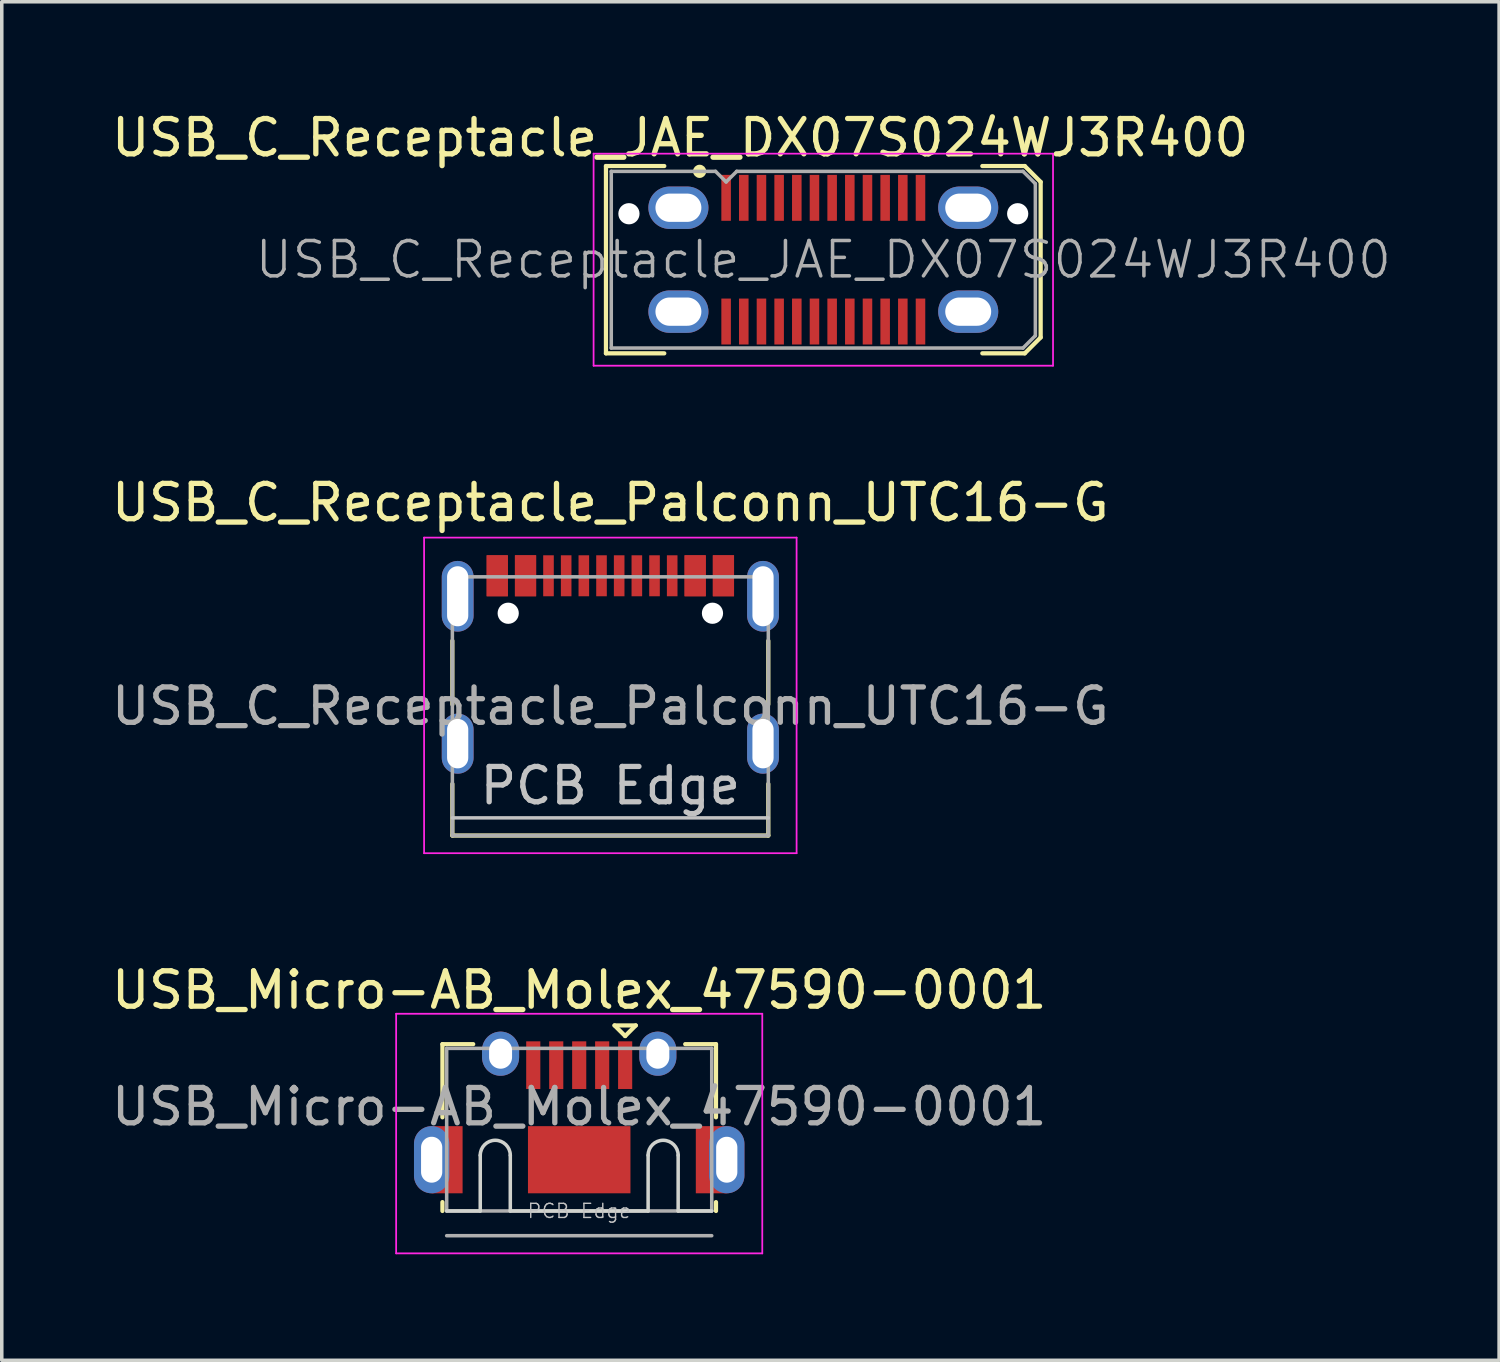
<source format=kicad_pcb>
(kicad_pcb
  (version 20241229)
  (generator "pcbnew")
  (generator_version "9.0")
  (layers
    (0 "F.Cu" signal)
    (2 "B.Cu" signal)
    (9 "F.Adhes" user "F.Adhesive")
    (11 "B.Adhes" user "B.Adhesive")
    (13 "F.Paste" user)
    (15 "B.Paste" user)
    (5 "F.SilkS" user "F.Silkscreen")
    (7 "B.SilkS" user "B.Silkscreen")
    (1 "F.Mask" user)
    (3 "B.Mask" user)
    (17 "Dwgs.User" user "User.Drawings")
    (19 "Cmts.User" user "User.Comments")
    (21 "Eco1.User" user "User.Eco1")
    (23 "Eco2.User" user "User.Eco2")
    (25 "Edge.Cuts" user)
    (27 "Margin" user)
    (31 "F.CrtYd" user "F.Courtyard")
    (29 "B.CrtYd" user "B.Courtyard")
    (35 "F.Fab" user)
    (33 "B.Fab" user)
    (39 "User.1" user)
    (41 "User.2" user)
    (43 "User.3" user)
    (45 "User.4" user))
  (footprint "USB_Micro-AB_Molex_47590-0001"
    (layer "F.Cu")
    (at 13.339 29.765)
    (property "Reference" "USB_Micro-AB_Molex_47590-0001" (at 0 -4.8 180) (layer "F.SilkS") (effects (font (size 1 1) (thickness 0.15))))
    (attr smd)
    (fp_line (start -3.87 -3.27) (end -3.87 -1.2) (stroke (width 0.12) (type solid)) (layer "F.SilkS"))
    (fp_line (start -3.87 -3.27) (end -3 -3.27) (stroke (width 0.12) (type solid)) (layer "F.SilkS"))
    (fp_line (start -3.87 1.2) (end -3.87 1.45) (stroke (width 0.12) (type solid)) (layer "F.SilkS"))
    (fp_line (start 1 -3.8) (end 1.6 -3.8) (stroke (width 0.12) (type solid)) (layer "F.SilkS"))
    (fp_line (start 1.3 -3.5) (end 1 -3.8) (stroke (width 0.12) (type solid)) (layer "F.SilkS"))
    (fp_line (start 1.3 -3.5) (end 1.6 -3.8) (stroke (width 0.12) (type solid)) (layer "F.SilkS"))
    (fp_line (start 3 -3.27) (end 3.87 -3.27) (stroke (width 0.12) (type solid)) (layer "F.SilkS"))
    (fp_line (start 3.87 -3.27) (end 3.87 -1.2) (stroke (width 0.12) (type solid)) (layer "F.SilkS"))
    (fp_line (start 3.87 1.2) (end 3.87 1.45) (stroke (width 0.12) (type solid)) (layer "F.SilkS"))
    (fp_line (start -3.75 1.45) (end -2.8 1.45) (stroke (width 0.1) (type solid)) (layer "Edge.Cuts"))
    (fp_line (start -2.8 -0.125) (end -2.8 1.45) (stroke (width 0.1) (type solid)) (layer "Edge.Cuts"))
    (fp_line (start -1.95 -0.125) (end -1.95 1.45) (stroke (width 0.1) (type solid)) (layer "Edge.Cuts"))
    (fp_line (start -1.95 1.45) (end 1.95 1.45) (stroke (width 0.1) (type solid)) (layer "Edge.Cuts"))
    (fp_line (start 1.95 -0.125) (end 1.95 1.45) (stroke (width 0.1) (type solid)) (layer "Edge.Cuts"))
    (fp_line (start 2.8 -0.125) (end 2.8 1.45) (stroke (width 0.1) (type solid)) (layer "Edge.Cuts"))
    (fp_line (start 2.8 1.45) (end 3.75 1.45) (stroke (width 0.1) (type solid)) (layer "Edge.Cuts"))
    (fp_arc (start -2.8 -0.125) (mid -2.375 -0.55) (end -1.95 -0.125) (stroke (width 0.1) (type solid)) (layer "Edge.Cuts"))
    (fp_arc (start 1.95 -0.125) (mid 2.375 -0.55) (end 2.8 -0.125) (stroke (width 0.1) (type solid)) (layer "Edge.Cuts"))
    (fp_line (start -5.18 -4.13) (end -5.18 2.65) (stroke (width 0.05) (type solid)) (layer "F.CrtYd"))
    (fp_line (start -5.18 -4.13) (end 5.18 -4.13) (stroke (width 0.05) (type solid)) (layer "F.CrtYd"))
    (fp_line (start -5.18 2.65) (end 5.18 2.65) (stroke (width 0.05) (type solid)) (layer "F.CrtYd"))
    (fp_line (start 5.18 -4.13) (end 5.18 2.65) (stroke (width 0.05) (type solid)) (layer "F.CrtYd"))
    (fp_line (start -3.75 -3.15) (end -3.75 1.45) (stroke (width 0.1) (type solid)) (layer "F.Fab"))
    (fp_line (start -3.75 -3.15) (end 3.75 -3.15) (stroke (width 0.1) (type solid)) (layer "F.Fab"))
    (fp_line (start -3.75 1.45) (end 3.75 1.45) (stroke (width 0.1) (type solid)) (layer "F.Fab"))
    (fp_line (start -3.75 2.15) (end 3.75 2.15) (stroke (width 0.1) (type solid)) (layer "F.Fab"))
    (fp_line (start 3.75 -3.15) (end 3.75 1.45) (stroke (width 0.1) (type solid)) (layer "F.Fab"))
    (fp_text user "PCB Edge" (at 0 1.45 0) (layer "Dwgs.User") (effects (font (size 0.4 0.4) (thickness 0.04))))
    (fp_text user "${REFERENCE}" (at 0 -1.5 0) (layer "F.Fab") (effects (font (size 1 1) (thickness 0.15))))
    (pad "" smd rect (at -3.5 0) (size 0.3 0.85) (layers "F.Paste"))
    (pad "" smd rect (at 3.5 0) (size 0.3 0.85) (layers "F.Paste"))
    (pad "1" smd rect (at 1.3 -2.675) (size 0.4 1.35) (layers "F.Cu" "F.Mask" "F.Paste"))
    (pad "2" smd rect (at 0.65 -2.675) (size 0.4 1.35) (layers "F.Cu" "F.Mask" "F.Paste"))
    (pad "3" smd rect (at 0 -2.675) (size 0.4 1.35) (layers "F.Cu" "F.Mask" "F.Paste"))
    (pad "4" smd rect (at -0.65 -2.675) (size 0.4 1.35) (layers "F.Cu" "F.Mask" "F.Paste"))
    (pad "5" smd rect (at -1.3 -2.675) (size 0.4 1.35) (layers "F.Cu" "F.Mask" "F.Paste"))
    (pad "6" thru_hole oval (at -4.175 0) (size 1 1.9) (drill oval 0.6 1.3) (layers "*.Cu" "*.Mask"))
    (pad "6" smd rect (at -3.737 0) (size 0.875 1.9) (layers "F.Cu" "F.Mask"))
    (pad "6" thru_hole oval (at -2.225 -3) (size 1.05 1.25) (drill oval 0.65 0.85) (layers "*.Cu" "*.Mask"))
    (pad "6" smd rect (at 0 0) (size 2.9 1.9) (layers "F.Cu" "F.Mask" "F.Paste"))
    (pad "6" thru_hole oval (at 2.225 -3) (size 1.05 1.25) (drill oval 0.65 0.85) (layers "*.Cu" "*.Mask"))
    (pad "6" smd rect (at 3.737 0) (size 0.875 1.9) (layers "F.Cu" "F.Mask"))
    (pad "6" thru_hole oval (at 4.175 0) (size 1 1.9) (drill oval 0.6 1.3) (layers "*.Cu" "*.Mask")))
  (footprint "USB_C_Receptacle_Palconn_UTC16-G"
    (layer "F.Cu")
    (at 14.22 15.752)
    (property "Reference" "USB_C_Receptacle_Palconn_UTC16-G" (at 0 -4.58 0) (layer "F.SilkS") (effects (font (size 1 1) (thickness 0.15))))
    (attr smd)
    (fp_line (start -4.47 -0.67) (end -4.47 1.13) (stroke (width 0.12) (type solid)) (layer "F.SilkS"))
    (fp_line (start -4.47 4.84) (end -4.47 3.38) (stroke (width 0.12) (type solid)) (layer "F.SilkS"))
    (fp_line (start 4.47 -0.67) (end 4.47 1.13) (stroke (width 0.12) (type solid)) (layer "F.SilkS"))
    (fp_line (start 4.47 4.84) (end -4.47 4.84) (stroke (width 0.12) (type solid)) (layer "F.SilkS"))
    (fp_line (start 4.47 4.84) (end 4.47 3.38) (stroke (width 0.12) (type solid)) (layer "F.SilkS"))
    (fp_line (start -4.47 4.34) (end 4.47 4.34) (stroke (width 0.1) (type solid)) (layer "Dwgs.User"))
    (fp_line (start -5.27 -3.59) (end -5.27 5.34) (stroke (width 0.05) (type solid)) (layer "F.CrtYd"))
    (fp_line (start -5.27 5.34) (end 5.27 5.34) (stroke (width 0.05) (type solid)) (layer "F.CrtYd"))
    (fp_line (start 5.27 -3.59) (end -5.27 -3.59) (stroke (width 0.05) (type solid)) (layer "F.CrtYd"))
    (fp_line (start 5.27 5.34) (end 5.27 -3.59) (stroke (width 0.05) (type solid)) (layer "F.CrtYd"))
    (fp_line (start -4.47 -2.48) (end -4.47 4.84) (stroke (width 0.1) (type solid)) (layer "F.Fab"))
    (fp_line (start -4.47 -2.48) (end 4.47 -2.48) (stroke (width 0.1) (type solid)) (layer "F.Fab"))
    (fp_line (start 4.47 -2.48) (end 4.47 4.84) (stroke (width 0.1) (type solid)) (layer "F.Fab"))
    (fp_line (start 4.47 4.84) (end -4.47 4.84) (stroke (width 0.1) (type solid)) (layer "F.Fab"))
    (fp_text user "PCB Edge" (at 0 3.43 0) (layer "Dwgs.User") (effects (font (size 1 1) (thickness 0.15))))
    (fp_text user "${REFERENCE}" (at 0 1.18 0) (layer "F.Fab") (effects (font (size 1 1) (thickness 0.15))))
    (pad "" np_thru_hole circle (at -2.89 -1.45 180) (size 0.6 0.6) (drill 0.6) (layers "*.Cu" "*.Mask"))
    (pad "" np_thru_hole circle (at 2.89 -1.45 180) (size 0.6 0.6) (drill 0.6) (layers "*.Cu" "*.Mask"))
    (pad "A1" smd rect (at -3.2 -2.51) (size 0.6 1.16) (layers "F.Cu" "F.Mask" "F.Paste"))
    (pad "A4" smd rect (at -2.4 -2.51) (size 0.6 1.16) (layers "F.Cu" "F.Mask" "F.Paste"))
    (pad "A5" smd rect (at -1.25 -2.51 180) (size 0.3 1.16) (layers "F.Cu" "F.Mask" "F.Paste"))
    (pad "A6" smd rect (at -0.25 -2.51 180) (size 0.3 1.16) (layers "F.Cu" "F.Mask" "F.Paste"))
    (pad "A7" smd rect (at 0.25 -2.51 180) (size 0.3 1.16) (layers "F.Cu" "F.Mask" "F.Paste"))
    (pad "A8" smd rect (at 1.25 -2.51 180) (size 0.3 1.16) (layers "F.Cu" "F.Mask" "F.Paste"))
    (pad "A9" smd rect (at 2.4 -2.51) (size 0.6 1.16) (layers "F.Cu" "F.Mask" "F.Paste"))
    (pad "A12" smd rect (at 3.2 -2.51) (size 0.6 1.16) (layers "F.Cu" "F.Mask" "F.Paste"))
    (pad "B1" smd rect (at 3.2 -2.51) (size 0.6 1.16) (layers "F.Cu" "F.Mask" "F.Paste"))
    (pad "B4" smd rect (at 2.4 -2.51) (size 0.6 1.16) (layers "F.Cu" "F.Mask" "F.Paste"))
    (pad "B5" smd rect (at 1.75 -2.51 180) (size 0.3 1.16) (layers "F.Cu" "F.Mask" "F.Paste"))
    (pad "B6" smd rect (at 0.75 -2.51 180) (size 0.3 1.16) (layers "F.Cu" "F.Mask" "F.Paste"))
    (pad "B7" smd rect (at -0.75 -2.51 180) (size 0.3 1.16) (layers "F.Cu" "F.Mask" "F.Paste"))
    (pad "B8" smd rect (at -1.75 -2.51 180) (size 0.3 1.16) (layers "F.Cu" "F.Mask" "F.Paste"))
    (pad "B9" smd rect (at -2.4 -2.51) (size 0.6 1.16) (layers "F.Cu" "F.Mask" "F.Paste"))
    (pad "B12" smd rect (at -3.2 -2.51) (size 0.6 1.16) (layers "F.Cu" "F.Mask" "F.Paste"))
    (pad "S1" thru_hole oval (at -4.32 -1.93 90) (size 2 0.9) (drill oval 1.7 0.6) (layers "*.Cu" "*.Mask"))
    (pad "S1" thru_hole oval (at -4.32 2.24 90) (size 1.7 0.9) (drill oval 1.4 0.6) (layers "*.Cu" "*.Mask"))
    (pad "S1" thru_hole oval (at 4.32 -1.93 90) (size 2 0.9) (drill oval 1.7 0.6) (layers "*.Cu" "*.Mask"))
    (pad "S1" thru_hole oval (at 4.32 2.24 90) (size 1.7 0.9) (drill oval 1.4 0.6) (layers "*.Cu" "*.Mask")))
  (footprint "USB_C_Receptacle_JAE_DX07S024WJ3R400"
    (layer "F.Cu")
    (at 20.246 4.298)
    (property "Reference" "USB_C_Receptacle_JAE_DX07S024WJ3R400" (at -4.05 -3.45 0) (layer "F.SilkS") (effects (font (size 1 1) (thickness 0.15))))
    (attr smd)
    (fp_line (start -6.15 -2.65) (end -6.15 2.65) (stroke (width 0.12) (type solid)) (layer "F.SilkS"))
    (fp_line (start -6.15 -2.65) (end -4.5 -2.65) (stroke (width 0.12) (type solid)) (layer "F.SilkS"))
    (fp_line (start -6.15 2.65) (end -4.5 2.65) (stroke (width 0.12) (type solid)) (layer "F.SilkS"))
    (fp_line (start 4.5 -2.65) (end 5.7 -2.65) (stroke (width 0.12) (type solid)) (layer "F.SilkS"))
    (fp_line (start 4.5 2.65) (end 5.7 2.65) (stroke (width 0.12) (type solid)) (layer "F.SilkS"))
    (fp_line (start 5.7 -2.65) (end 6.15 -2.2) (stroke (width 0.12) (type solid)) (layer "F.SilkS"))
    (fp_line (start 5.7 2.65) (end 6.15 2.2) (stroke (width 0.12) (type solid)) (layer "F.SilkS"))
    (fp_line (start 6.15 -2.2) (end 6.15 2.2) (stroke (width 0.12) (type solid)) (layer "F.SilkS"))
    (fp_circle (center -3.5 -2.5) (end -3.388 -2.5) (stroke (width 0.15) (type solid)) (fill no) (layer "F.SilkS"))
    (fp_line (start -6.5 -3) (end 6.5 -3) (stroke (width 0.05) (type solid)) (layer "F.CrtYd"))
    (fp_line (start -6.5 3) (end -6.5 -3) (stroke (width 0.05) (type solid)) (layer "F.CrtYd"))
    (fp_line (start 6.5 -3) (end 6.5 3) (stroke (width 0.05) (type solid)) (layer "F.CrtYd"))
    (fp_line (start 6.5 3) (end -6.5 3) (stroke (width 0.05) (type solid)) (layer "F.CrtYd"))
    (fp_line (start -6 -2.5) (end -3.05 -2.5) (stroke (width 0.1) (type solid)) (layer "F.Fab"))
    (fp_line (start -6 2.5) (end -6 -2.5) (stroke (width 0.1) (type solid)) (layer "F.Fab"))
    (fp_line (start -6 2.5) (end 5.65 2.5) (stroke (width 0.1) (type solid)) (layer "F.Fab"))
    (fp_line (start -3.05 -2.5) (end -2.75 -2.2) (stroke (width 0.1) (type solid)) (layer "F.Fab"))
    (fp_line (start -2.75 -2.2) (end -2.45 -2.5) (stroke (width 0.1) (type solid)) (layer "F.Fab"))
    (fp_line (start 5.65 -2.5) (end -2.45 -2.5) (stroke (width 0.1) (type solid)) (layer "F.Fab"))
    (fp_line (start 5.65 -2.5) (end 6 -2.15) (stroke (width 0.1) (type solid)) (layer "F.Fab"))
    (fp_line (start 5.65 2.5) (end 6 2.15) (stroke (width 0.1) (type solid)) (layer "F.Fab"))
    (fp_line (start 6 2.15) (end 6 -2.15) (stroke (width 0.1) (type solid)) (layer "F.Fab"))
    (fp_text user "${REFERENCE}" (at 0 0 0) (layer "F.Fab") (effects (font (size 1 1) (thickness 0.1))))
    (pad "" np_thru_hole circle (at -5.5 -1.3) (size 0.6 0.6) (drill 0.6) (layers "*.Cu" "*.Mask"))
    (pad "" np_thru_hole circle (at 5.5 -1.3) (size 0.6 0.6) (drill 0.6) (layers "*.Cu" "*.Mask"))
    (pad "A1" smd rect (at -2.75 -1.75) (size 0.27 1.3) (layers "F.Cu" "F.Mask" "F.Paste"))
    (pad "A2" smd rect (at -2.25 -1.75) (size 0.27 1.3) (layers "F.Cu" "F.Mask" "F.Paste"))
    (pad "A3" smd rect (at -1.75 -1.75) (size 0.27 1.3) (layers "F.Cu" "F.Mask" "F.Paste"))
    (pad "A4" smd rect (at -1.25 -1.75) (size 0.27 1.3) (layers "F.Cu" "F.Mask" "F.Paste"))
    (pad "A5" smd rect (at -0.75 -1.75) (size 0.27 1.3) (layers "F.Cu" "F.Mask" "F.Paste"))
    (pad "A6" smd rect (at -0.25 -1.75) (size 0.27 1.3) (layers "F.Cu" "F.Mask" "F.Paste"))
    (pad "A7" smd rect (at 0.25 -1.75) (size 0.27 1.3) (layers "F.Cu" "F.Mask" "F.Paste"))
    (pad "A8" smd rect (at 0.75 -1.75) (size 0.27 1.3) (layers "F.Cu" "F.Mask" "F.Paste"))
    (pad "A9" smd rect (at 1.25 -1.75) (size 0.27 1.3) (layers "F.Cu" "F.Mask" "F.Paste"))
    (pad "A10" smd rect (at 1.75 -1.75) (size 0.27 1.3) (layers "F.Cu" "F.Mask" "F.Paste"))
    (pad "A11" smd rect (at 2.25 -1.75) (size 0.27 1.3) (layers "F.Cu" "F.Mask" "F.Paste"))
    (pad "A12" smd rect (at 2.75 -1.75) (size 0.27 1.3) (layers "F.Cu" "F.Mask" "F.Paste"))
    (pad "B1" smd rect (at 2.75 1.75) (size 0.27 1.3) (layers "F.Cu" "F.Mask" "F.Paste"))
    (pad "B2" smd rect (at 2.25 1.75) (size 0.27 1.3) (layers "F.Cu" "F.Mask" "F.Paste"))
    (pad "B3" smd rect (at 1.75 1.75) (size 0.27 1.3) (layers "F.Cu" "F.Mask" "F.Paste"))
    (pad "B4" smd rect (at 1.25 1.75) (size 0.27 1.3) (layers "F.Cu" "F.Mask" "F.Paste"))
    (pad "B5" smd rect (at 0.75 1.75) (size 0.27 1.3) (layers "F.Cu" "F.Mask" "F.Paste"))
    (pad "B6" smd rect (at 0.25 1.75) (size 0.27 1.3) (layers "F.Cu" "F.Mask" "F.Paste"))
    (pad "B7" smd rect (at -0.25 1.75) (size 0.27 1.3) (layers "F.Cu" "F.Mask" "F.Paste"))
    (pad "B8" smd rect (at -0.75 1.75) (size 0.27 1.3) (layers "F.Cu" "F.Mask" "F.Paste"))
    (pad "B9" smd rect (at -1.25 1.75) (size 0.27 1.3) (layers "F.Cu" "F.Mask" "F.Paste"))
    (pad "B10" smd rect (at -1.75 1.75) (size 0.27 1.3) (layers "F.Cu" "F.Mask" "F.Paste"))
    (pad "B11" smd rect (at -2.25 1.75) (size 0.27 1.3) (layers "F.Cu" "F.Mask" "F.Paste"))
    (pad "B12" smd rect (at -2.75 1.75) (size 0.27 1.3) (layers "F.Cu" "F.Mask" "F.Paste"))
    (pad "S1" thru_hole oval (at -4.1 -1.47 90) (size 1.2 1.7) (drill oval 0.8 1.3) (layers "*.Cu" "*.Mask"))
    (pad "S1" thru_hole oval (at -4.1 1.47 90) (size 1.2 1.7) (drill oval 0.8 1.3) (layers "*.Cu" "*.Mask"))
    (pad "S1" thru_hole oval (at 4.1 -1.47 90) (size 1.2 1.7) (drill oval 0.8 1.3) (layers "*.Cu" "*.Mask"))
    (pad "S1" thru_hole oval (at 4.1 1.47 90) (size 1.2 1.7) (drill oval 0.8 1.3) (layers "*.Cu" "*.Mask")))
  (gr_rect
    (start -3 -3)
    (end 39.368 35.44)
    (stroke (width 0.1) (type default))
    (fill no)
    (layer "Edge.Cuts")))
</source>
